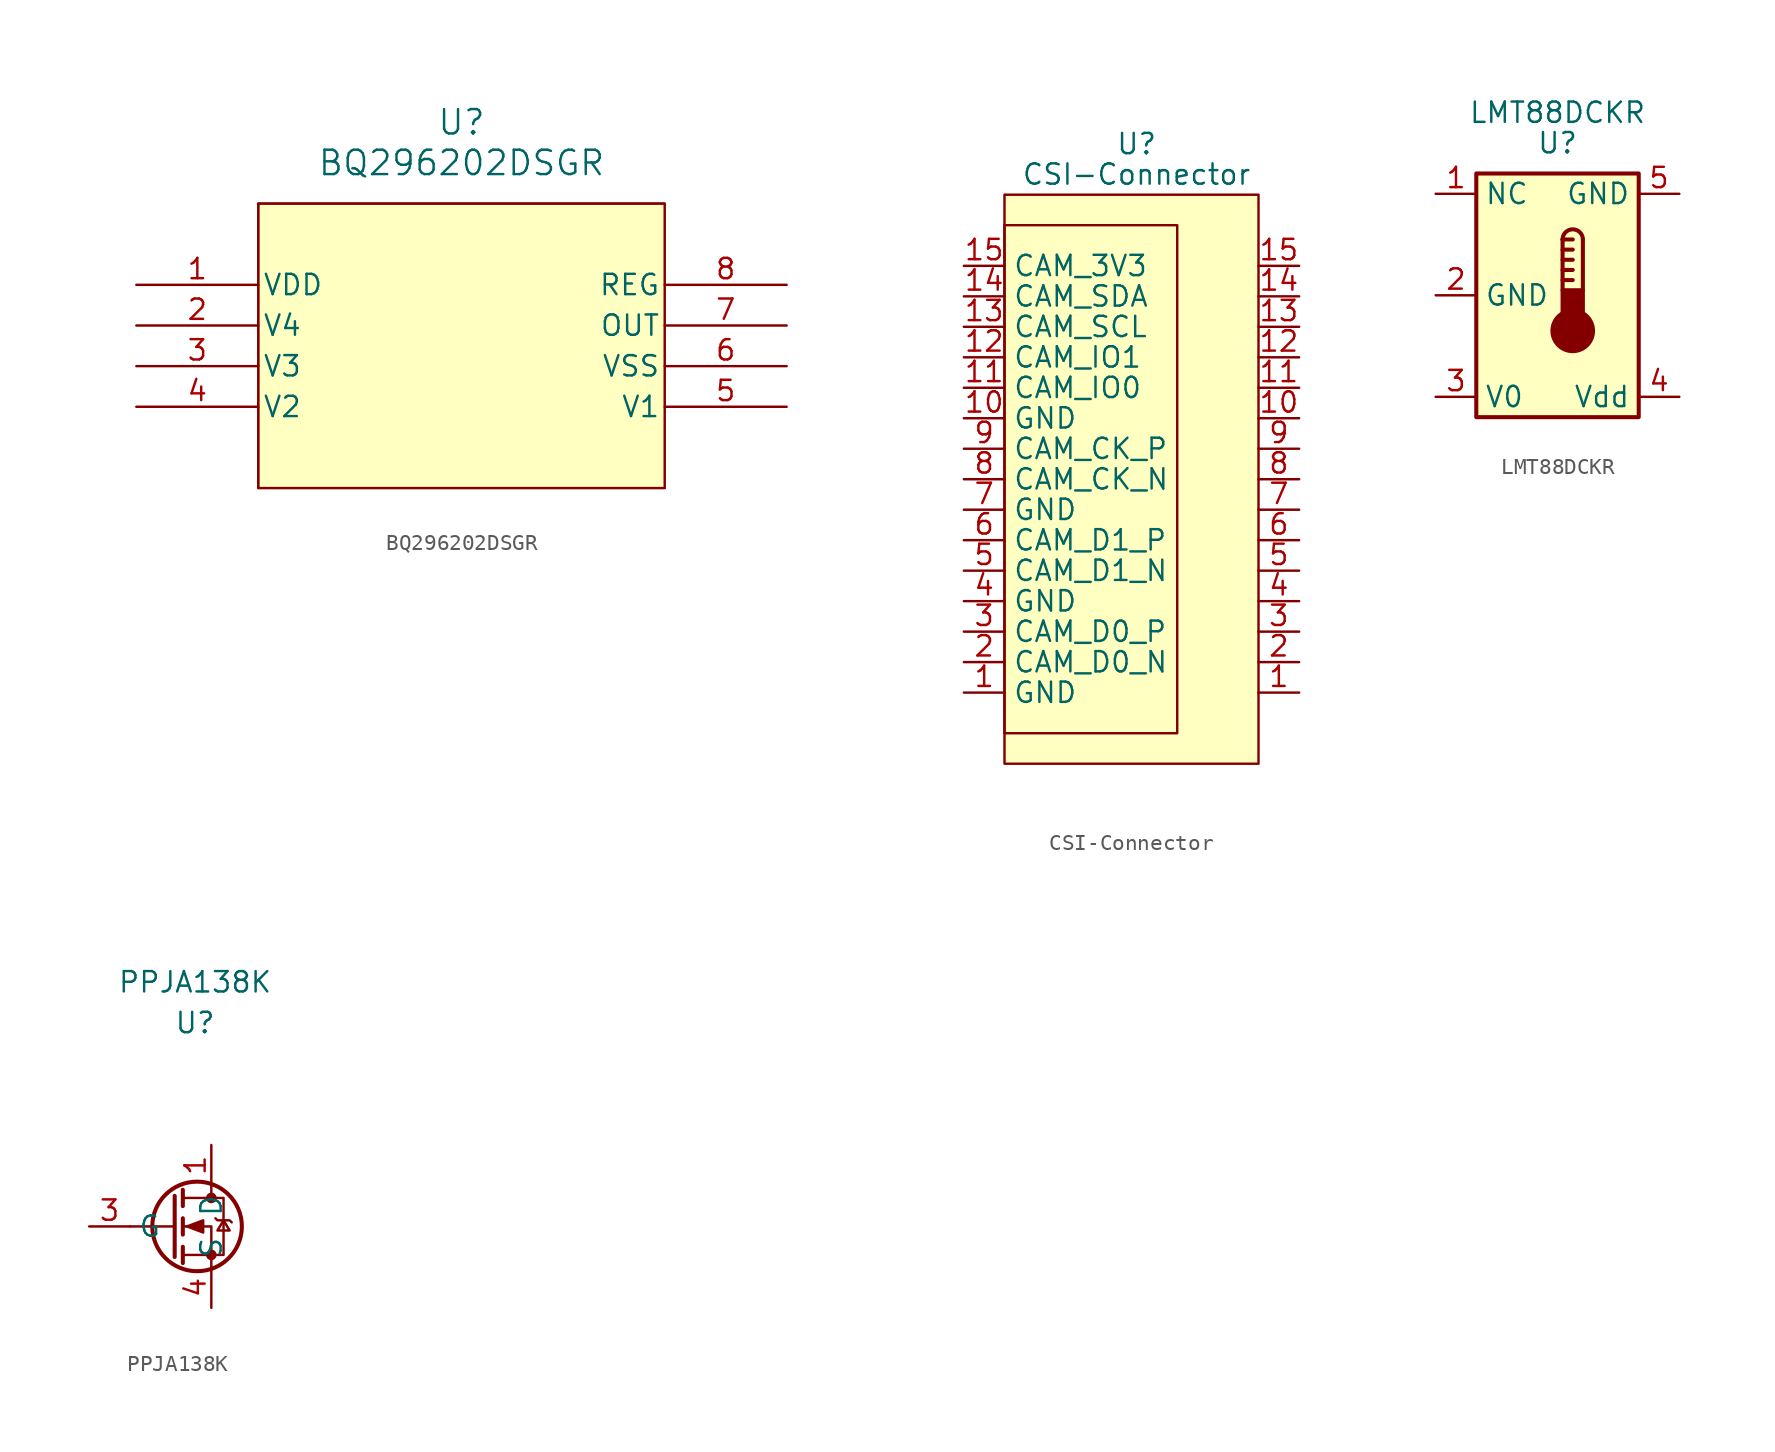
<source format=kicad_sym>
(kicad_symbol_lib
  (version 20220914)
  (generator kicad_symbol_editor)
  (symbol "BQ296202DSGR"
    (pin_names
      (offset 0.254))
    (property "Reference" "U"
      (at -1.524 13.208 0)
      (effects (font (size 1.524 1.524))))
    (property "Value" "BQ296202DSGR"
      (at -1.524 10.668 0)
      (effects (font (size 1.524 1.524))))
    (property "ki_locked" ""
      (at 0 0 0)
      (effects (font (size 1.27 1.27))))
    (symbol "BQ296202DSGR_0_1"
      (polyline (pts (xy -14.224 -9.652) (xy 11.176 -9.652)) (stroke (width 0.127) (type default)) (fill (type none)))
      (polyline (pts (xy -14.224 8.128) (xy -14.224 -9.652)) (stroke (width 0.127) (type default)) (fill (type none)))
      (polyline (pts (xy 11.176 8.128) (xy -14.224 8.128)) (stroke (width 0.127) (type default)) (fill (type none)))
      (pin power_in line (at -21.844 3.048 0) (length 7.62) (name "VDD" (effects (font (size 1.27 1.27)))) (number "1" (effects (font (size 1.27 1.27)))))
      (pin input line (at -21.844 0.508 0) (length 7.62) (name "V4" (effects (font (size 1.27 1.27)))) (number "2" (effects (font (size 1.27 1.27)))))
      (pin input line (at -21.844 -2.032 0) (length 7.62) (name "V3" (effects (font (size 1.27 1.27)))) (number "3" (effects (font (size 1.27 1.27)))))
      (pin input line (at -21.844 -4.572 0) (length 7.62) (name "V2" (effects (font (size 1.27 1.27)))) (number "4" (effects (font (size 1.27 1.27)))))
      (pin input line (at 18.796 -4.572 180) (length 7.62) (name "V1" (effects (font (size 1.27 1.27)))) (number "5" (effects (font (size 1.27 1.27)))))
      (pin power_in line (at 18.796 -2.032 180) (length 7.62) (name "VSS" (effects (font (size 1.27 1.27)))) (number "6" (effects (font (size 1.27 1.27)))))
      (pin output line (at 18.796 0.508 180) (length 7.62) (name "OUT" (effects (font (size 1.27 1.27)))) (number "7" (effects (font (size 1.27 1.27)))))
      (pin output line (at 18.796 3.048 180) (length 7.62) (name "REG" (effects (font (size 1.27 1.27)))) (number "8" (effects (font (size 1.27 1.27))))))
    (symbol "BQ296202DSGR_1_1"
      (rectangle (start -14.224 8.128) (end 11.176 -9.652) (stroke (width 0) (type default)) (fill (type background)))))
  (symbol "CSI-Connector"
    (property "Reference" "U"
      (at 0 12.065 0)
      (effects (font (size 1.27 1.27))))
    (property "Value" "CSI-Connector"
      (at 0 10.16 0)
      (effects (font (size 1.27 1.27))))
    (symbol "CSI-Connector_0_1"
      (rectangle (start -8.255 6.985) (end 2.54 -24.765) (stroke (width 0) (type default)) (fill (type none)))
      (rectangle (start -8.255 8.89) (end 7.62 -26.67) (stroke (width 0) (type default)) (fill (type background))))
    (symbol "CSI-Connector_1_1"
      (pin input line (at 10.16 -22.225 180) (length 2.54) (name "" (effects (font (size 1.27 1.27)))) (number "1" (effects (font (size 1.27 1.27)))))
      (pin input line (at -10.795 -22.225 0) (length 2.54) (name "GND" (effects (font (size 1.27 1.27)))) (number "1" (effects (font (size 1.27 1.27)))))
      (pin input line (at 10.16 -5.08 180) (length 2.54) (name "" (effects (font (size 1.27 1.27)))) (number "10" (effects (font (size 1.27 1.27)))))
      (pin input line (at -10.795 -5.08 0) (length 2.54) (name "GND" (effects (font (size 1.27 1.27)))) (number "10" (effects (font (size 1.27 1.27)))))
      (pin input line (at 10.16 -3.175 180) (length 2.54) (name "" (effects (font (size 1.27 1.27)))) (number "11" (effects (font (size 1.27 1.27)))))
      (pin input line (at -10.795 -3.175 0) (length 2.54) (name "CAM_IO0" (effects (font (size 1.27 1.27)))) (number "11" (effects (font (size 1.27 1.27)))))
      (pin input line (at 10.16 -1.27 180) (length 2.54) (name "" (effects (font (size 1.27 1.27)))) (number "12" (effects (font (size 1.27 1.27)))))
      (pin output line (at -10.795 -1.27 0) (length 2.54) (name "CAM_IO1" (effects (font (size 1.27 1.27)))) (number "12" (effects (font (size 1.27 1.27)))))
      (pin output line (at 10.16 0.635 180) (length 2.54) (name "" (effects (font (size 1.27 1.27)))) (number "13" (effects (font (size 1.27 1.27)))))
      (pin input line (at -10.795 0.635 0) (length 2.54) (name "CAM_SCL" (effects (font (size 1.27 1.27)))) (number "13" (effects (font (size 1.27 1.27)))))
      (pin bidirectional line (at 10.16 2.54 180) (length 2.54) (name "" (effects (font (size 1.27 1.27)))) (number "14" (effects (font (size 1.27 1.27)))))
      (pin bidirectional line (at -10.795 2.54 0) (length 2.54) (name "CAM_SDA" (effects (font (size 1.27 1.27)))) (number "14" (effects (font (size 1.27 1.27)))))
      (pin input line (at 10.16 4.445 180) (length 2.54) (name "" (effects (font (size 1.27 1.27)))) (number "15" (effects (font (size 1.27 1.27)))))
      (pin input line (at -10.795 4.445 0) (length 2.54) (name "CAM_3V3" (effects (font (size 1.27 1.27)))) (number "15" (effects (font (size 1.27 1.27)))))
      (pin input line (at 10.16 -20.32 180) (length 2.54) (name "" (effects (font (size 1.27 1.27)))) (number "2" (effects (font (size 1.27 1.27)))))
      (pin input line (at -10.795 -20.32 0) (length 2.54) (name "CAM_D0_N" (effects (font (size 1.27 1.27)))) (number "2" (effects (font (size 1.27 1.27)))))
      (pin input line (at 10.16 -18.415 180) (length 2.54) (name "" (effects (font (size 1.27 1.27)))) (number "3" (effects (font (size 1.27 1.27)))))
      (pin input line (at -10.795 -18.415 0) (length 2.54) (name "CAM_D0_P" (effects (font (size 1.27 1.27)))) (number "3" (effects (font (size 1.27 1.27)))))
      (pin input line (at 10.16 -16.51 180) (length 2.54) (name "" (effects (font (size 1.27 1.27)))) (number "4" (effects (font (size 1.27 1.27)))))
      (pin input line (at -10.795 -16.51 0) (length 2.54) (name "GND" (effects (font (size 1.27 1.27)))) (number "4" (effects (font (size 1.27 1.27)))))
      (pin input line (at 10.16 -14.605 180) (length 2.54) (name "" (effects (font (size 1.27 1.27)))) (number "5" (effects (font (size 1.27 1.27)))))
      (pin input line (at -10.795 -14.605 0) (length 2.54) (name "CAM_D1_N" (effects (font (size 1.27 1.27)))) (number "5" (effects (font (size 1.27 1.27)))))
      (pin input line (at 10.16 -12.7 180) (length 2.54) (name "" (effects (font (size 1.27 1.27)))) (number "6" (effects (font (size 1.27 1.27)))))
      (pin input line (at -10.795 -12.7 0) (length 2.54) (name "CAM_D1_P" (effects (font (size 1.27 1.27)))) (number "6" (effects (font (size 1.27 1.27)))))
      (pin input line (at 10.16 -10.795 180) (length 2.54) (name "" (effects (font (size 1.27 1.27)))) (number "7" (effects (font (size 1.27 1.27)))))
      (pin input line (at -10.795 -10.795 0) (length 2.54) (name "GND" (effects (font (size 1.27 1.27)))) (number "7" (effects (font (size 1.27 1.27)))))
      (pin input line (at 10.16 -8.89 180) (length 2.54) (name "" (effects (font (size 1.27 1.27)))) (number "8" (effects (font (size 1.27 1.27)))))
      (pin input line (at -10.795 -8.89 0) (length 2.54) (name "CAM_CK_N" (effects (font (size 1.27 1.27)))) (number "8" (effects (font (size 1.27 1.27)))))
      (pin input line (at 10.16 -6.985 180) (length 2.54) (name "" (effects (font (size 1.27 1.27)))) (number "9" (effects (font (size 1.27 1.27)))))
      (pin input line (at -10.795 -6.985 0) (length 2.54) (name "CAM_CK_P" (effects (font (size 1.27 1.27)))) (number "9" (effects (font (size 1.27 1.27)))))))
  (symbol "LMT88DCKR"
    (property "Reference" "U"
      (at 0 9.525 0)
      (effects (font (size 1.27 1.27))))
    (property "Value" "LMT88DCKR"
      (at 0 11.43 0)
      (effects (font (size 1.27 1.27))))
    (symbol "LMT88DCKR_0_1"
      (polyline (pts (xy 0.318 0.953) (xy 0.953 0.953)) (stroke (width 0.254) (type default)) (fill (type none)))
      (polyline (pts (xy 0.318 1.587) (xy 0.953 1.587)) (stroke (width 0.254) (type default)) (fill (type none)))
      (polyline (pts (xy 0.318 2.223) (xy 0.953 2.223)) (stroke (width 0.254) (type default)) (fill (type none)))
      (polyline (pts (xy 0.318 2.857) (xy 0.953 2.857)) (stroke (width 0.254) (type default)) (fill (type none)))
      (polyline (pts (xy 0.318 3.493) (xy 0.318 0.318)) (stroke (width 0.254) (type default)) (fill (type none)))
      (polyline (pts (xy 0.318 3.493) (xy 0.953 3.493)) (stroke (width 0.254) (type default)) (fill (type none)))
      (polyline (pts (xy 1.587 3.493) (xy 1.587 0.318)) (stroke (width 0.254) (type default)) (fill (type none)))
      (circle (center 0.953 -2.223) (radius 1.27) (stroke (width 0.254) (type default)) (fill (type outline)))
      (rectangle (start 1.587 -1.587) (end 0.318 0.318) (stroke (width 0.254) (type default)) (fill (type outline)))
      (arc (start 1.5875 3.4925) (mid 0.9525 4.1248) (end 0.3175 3.4925) (stroke (width 0.254) (type default)) (fill (type none)))
      (rectangle (start 5.08 7.62) (end -5.08 -7.62) (stroke (width 0.254) (type default)) (fill (type background))))
    (symbol "LMT88DCKR_1_1"
      (pin power_in line (at -7.62 6.35 0) (length 2.54) (name "NC" (effects (font (size 1.27 1.27)))) (number "1" (effects (font (size 1.27 1.27)))))
      (pin power_in line (at -7.62 0 0) (length 2.54) (name "GND" (effects (font (size 1.27 1.27)))) (number "2" (effects (font (size 1.27 1.27)))))
      (pin output line (at -7.62 -6.35 0) (length 2.54) (name "V0" (effects (font (size 1.27 1.27)))) (number "3" (effects (font (size 1.27 1.27)))))
      (pin power_in line (at 7.62 -6.35 180) (length 2.54) (name "Vdd" (effects (font (size 1.27 1.27)))) (number "4" (effects (font (size 1.27 1.27)))))
      (pin power_in line (at 7.62 6.35 180) (length 2.54) (name "GND" (effects (font (size 1.27 1.27)))) (number "5" (effects (font (size 1.27 1.27)))))))
  (symbol "PPJA138K"
    (property "Reference" "U"
      (at 0 12.7 0)
      (effects (font (size 1.27 1.27))))
    (property "Value" "PPJA138K"
      (at 0 15.24 0)
      (effects (font (size 1.27 1.27))))
    (symbol "PPJA138K_0_1"
      (polyline (pts (xy -1.27 0) (xy -4.064 0)) (stroke (width 0) (type default)) (fill (type none)))
      (polyline (pts (xy -1.27 1.905) (xy -1.27 -1.905)) (stroke (width 0.254) (type default)) (fill (type none)))
      (polyline (pts (xy -0.762 -1.27) (xy -0.762 -2.286)) (stroke (width 0.254) (type default)) (fill (type none)))
      (polyline (pts (xy -0.762 0.508) (xy -0.762 -0.508)) (stroke (width 0.254) (type default)) (fill (type none)))
      (polyline (pts (xy -0.762 2.286) (xy -0.762 1.27)) (stroke (width 0.254) (type default)) (fill (type none)))
      (polyline (pts (xy 1.016 2.54) (xy 1.016 1.778)) (stroke (width 0) (type default)) (fill (type none)))
      (polyline (pts (xy 1.016 -2.54) (xy 1.016 0) (xy -0.762 0)) (stroke (width 0) (type default)) (fill (type none)))
      (polyline (pts (xy -0.762 -1.778) (xy 1.778 -1.778) (xy 1.778 1.778) (xy -0.762 1.778)) (stroke (width 0) (type default)) (fill (type none)))
      (polyline (pts (xy -0.508 0) (xy 0.508 0.381) (xy 0.508 -0.381) (xy -0.508 0)) (stroke (width 0) (type default)) (fill (type outline)))
      (polyline (pts (xy 1.27 0.508) (xy 1.397 0.381) (xy 2.159 0.381) (xy 2.286 0.254)) (stroke (width 0) (type default)) (fill (type none)))
      (polyline (pts (xy 1.778 0.381) (xy 1.397 -0.254) (xy 2.159 -0.254) (xy 1.778 0.381)) (stroke (width 0) (type default)) (fill (type none)))
      (circle (center 0.127 0) (radius 2.794) (stroke (width 0.254) (type default)) (fill (type none)))
      (circle (center 1.016 -1.778) (radius 0.254) (stroke (width 0) (type default)) (fill (type outline)))
      (circle (center 1.016 1.778) (radius 0.254) (stroke (width 0) (type default)) (fill (type outline))))
    (symbol "PPJA138K_1_1"
      (pin passive line (at 1.016 5.08 270) (length 2.54) (name "D" (effects (font (size 1.27 1.27)))) (number "1" (effects (font (size 1.27 1.27)))))
      (pin input line (at -6.604 0 0) (length 2.54) (name "G" (effects (font (size 1.27 1.27)))) (number "3" (effects (font (size 1.27 1.27)))))
      (pin passive line (at 1.016 -5.08 90) (length 2.54) (name "S" (effects (font (size 1.27 1.27)))) (number "4" (effects (font (size 1.27 1.27))))))))
</source>
